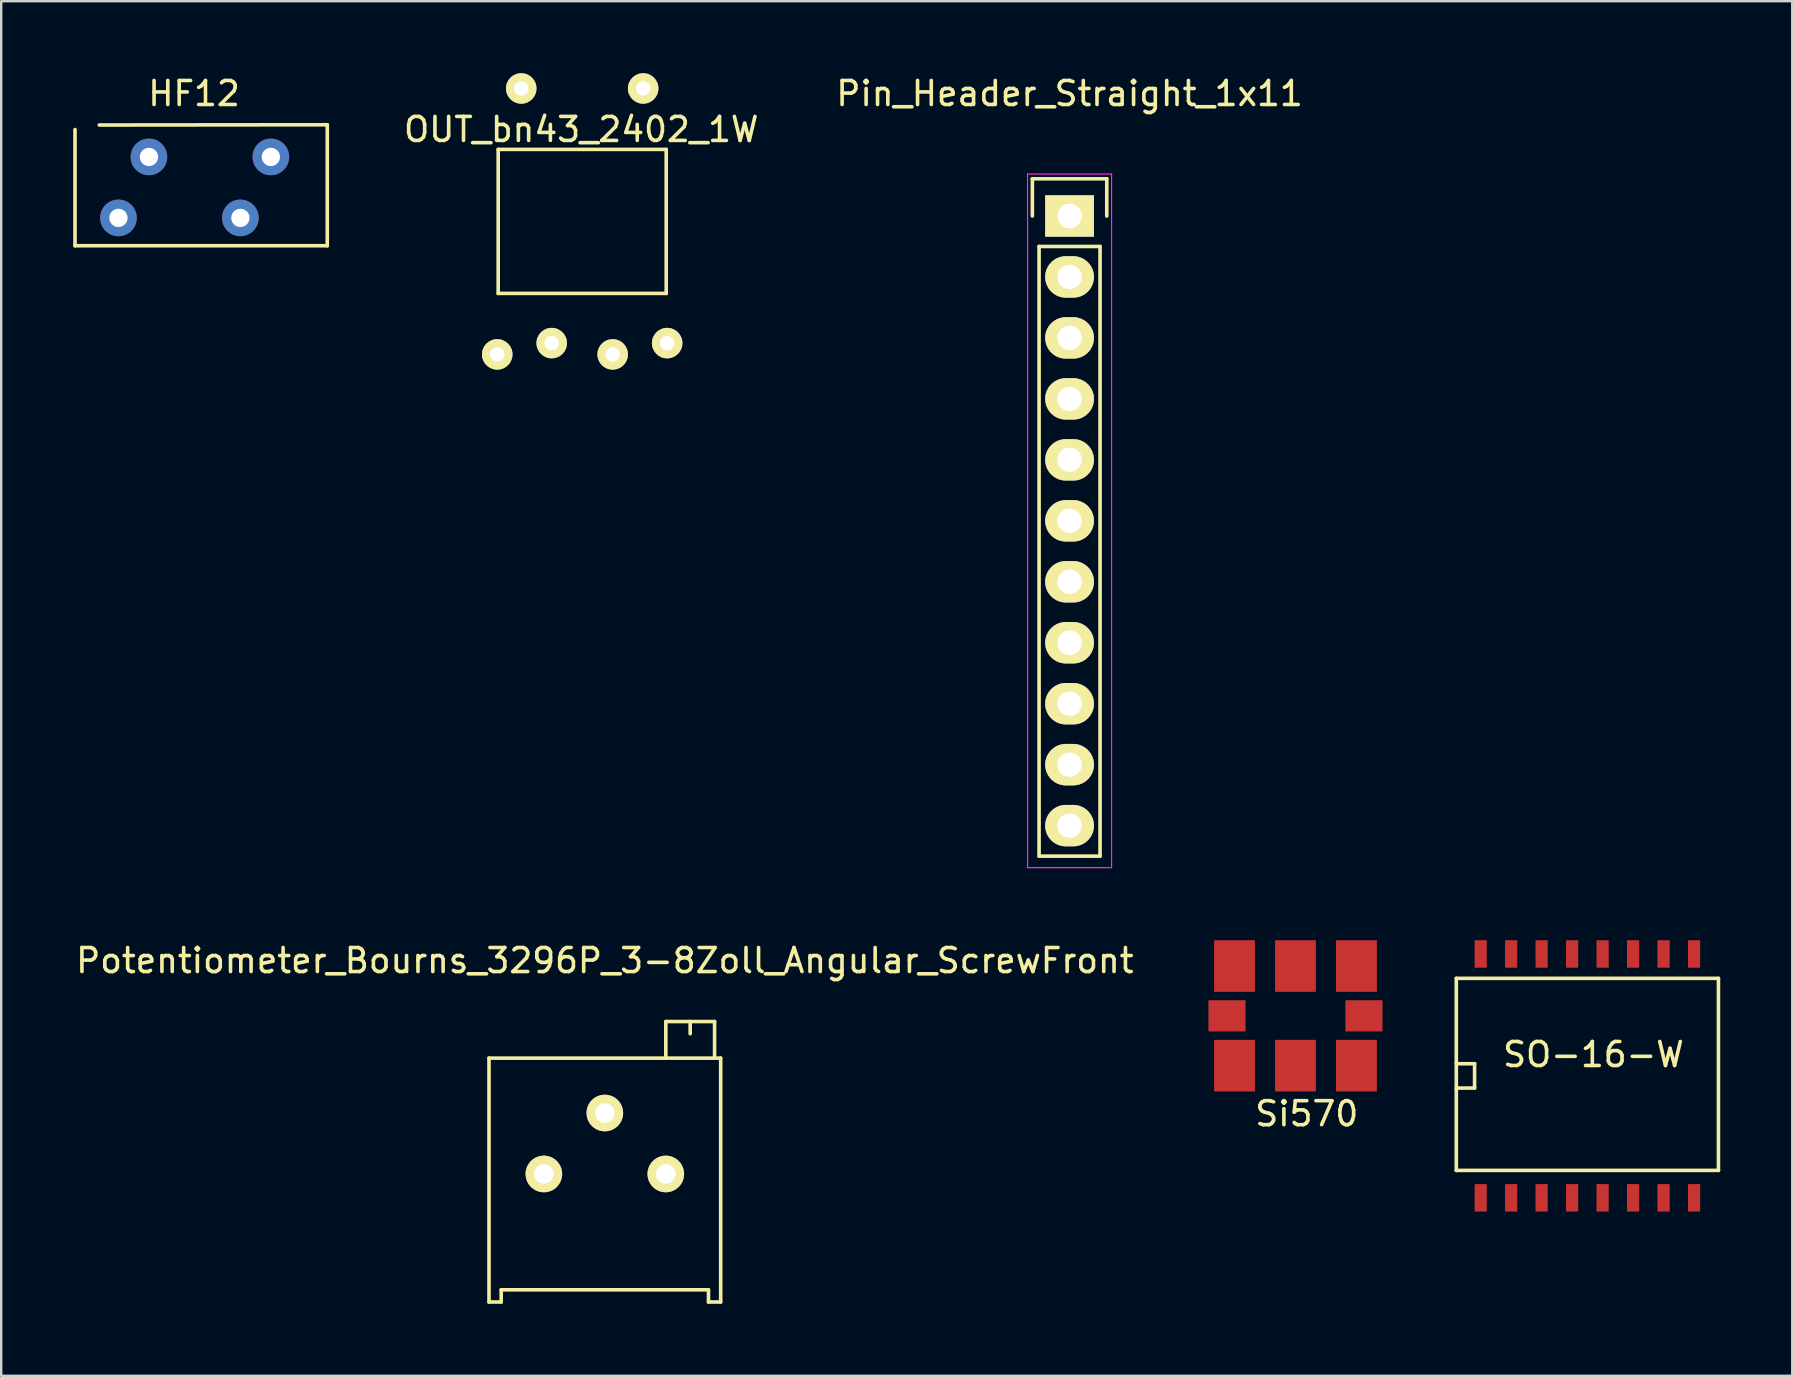
<source format=kicad_pcb>
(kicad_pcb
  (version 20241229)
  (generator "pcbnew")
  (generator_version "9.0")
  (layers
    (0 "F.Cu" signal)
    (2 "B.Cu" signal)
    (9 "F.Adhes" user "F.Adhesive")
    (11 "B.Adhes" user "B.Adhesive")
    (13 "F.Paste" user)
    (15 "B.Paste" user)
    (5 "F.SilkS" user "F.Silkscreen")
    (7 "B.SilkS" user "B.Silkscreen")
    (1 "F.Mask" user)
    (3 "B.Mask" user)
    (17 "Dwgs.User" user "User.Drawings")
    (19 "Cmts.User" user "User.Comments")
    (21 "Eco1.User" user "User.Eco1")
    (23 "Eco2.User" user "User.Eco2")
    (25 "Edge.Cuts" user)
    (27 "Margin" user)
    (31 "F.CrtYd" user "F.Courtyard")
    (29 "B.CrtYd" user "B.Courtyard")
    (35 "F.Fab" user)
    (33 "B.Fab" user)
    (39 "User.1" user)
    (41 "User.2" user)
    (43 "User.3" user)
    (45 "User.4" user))
  (footprint "Potentiometer_Bourns_3296P_3-8Zoll_Angular_ScrewFront"
    (layer "F.Cu")
    (at 24.689 45.861)
    (property "Reference" "Potentiometer_Bourns_3296P_3-8Zoll_Angular_ScrewFront" (at -2.54 -8.89 0) (layer "F.SilkS") (effects (font (size 1 1) (thickness 0.15))))
    (attr through_hole)
    (fp_line (start -7.366 -4.826) (end -7.366 5.334) (stroke (width 0.15) (type solid)) (layer "F.SilkS"))
    (fp_line (start -7.366 -4.826) (end 2.286 -4.826) (stroke (width 0.15) (type solid)) (layer "F.SilkS"))
    (fp_line (start -7.366 5.334) (end -6.858 5.334) (stroke (width 0.15) (type solid)) (layer "F.SilkS"))
    (fp_line (start -6.858 4.826) (end 1.778 4.826) (stroke (width 0.15) (type solid)) (layer "F.SilkS"))
    (fp_line (start -6.858 5.334) (end -6.858 4.826) (stroke (width 0.15) (type solid)) (layer "F.SilkS"))
    (fp_line (start 0 -6.35) (end 2.032 -6.35) (stroke (width 0.15) (type solid)) (layer "F.SilkS"))
    (fp_line (start 0 -4.826) (end 0 -6.35) (stroke (width 0.15) (type solid)) (layer "F.SilkS"))
    (fp_line (start 1.016 -6.35) (end 1.016 -5.842) (stroke (width 0.15) (type solid)) (layer "F.SilkS"))
    (fp_line (start 1.778 4.826) (end 1.778 5.334) (stroke (width 0.15) (type solid)) (layer "F.SilkS"))
    (fp_line (start 1.778 5.334) (end 2.286 5.334) (stroke (width 0.15) (type solid)) (layer "F.SilkS"))
    (fp_line (start 2.032 -4.826) (end 2.032 -6.35) (stroke (width 0.15) (type solid)) (layer "F.SilkS"))
    (fp_line (start 2.286 5.334) (end 2.286 -4.826) (stroke (width 0.15) (type solid)) (layer "F.SilkS"))
    (pad "1" thru_hole circle (at 0 0 90) (size 1.524 1.524) (drill 0.813) (layers "*.Cu" "*.Mask" "F.SilkS"))
    (pad "2" thru_hole circle (at -2.54 -2.54 90) (size 1.524 1.524) (drill 0.813) (layers "*.Cu" "*.Mask" "F.SilkS"))
    (pad "3" thru_hole circle (at -5.08 0 90) (size 1.524 1.524) (drill 0.813) (layers "*.Cu" "*.Mask" "F.SilkS")))
  (footprint "Pin_Header_Straight_1x11"
    (layer "F.Cu")
    (at 41.511 5.948)
    (property "Reference" "Pin_Header_Straight_1x11" (at 0 -5.1 0) (layer "F.SilkS") (effects (font (size 1 1) (thickness 0.15))))
    (attr through_hole)
    (fp_line (start -1.55 -1.55) (end 1.55 -1.55) (stroke (width 0.15) (type solid)) (layer "F.SilkS"))
    (fp_line (start -1.55 0) (end -1.55 -1.55) (stroke (width 0.15) (type solid)) (layer "F.SilkS"))
    (fp_line (start -1.27 26.67) (end -1.27 1.27) (stroke (width 0.15) (type solid)) (layer "F.SilkS"))
    (fp_line (start 1.27 1.27) (end -1.27 1.27) (stroke (width 0.15) (type solid)) (layer "F.SilkS"))
    (fp_line (start 1.27 1.27) (end 1.27 26.67) (stroke (width 0.15) (type solid)) (layer "F.SilkS"))
    (fp_line (start 1.27 26.67) (end -1.27 26.67) (stroke (width 0.15) (type solid)) (layer "F.SilkS"))
    (fp_line (start 1.55 -1.55) (end 1.55 0) (stroke (width 0.15) (type solid)) (layer "F.SilkS"))
    (fp_line (start -1.75 -1.75) (end -1.75 27.15) (stroke (width 0.05) (type solid)) (layer "F.CrtYd"))
    (fp_line (start -1.75 -1.75) (end 1.75 -1.75) (stroke (width 0.05) (type solid)) (layer "F.CrtYd"))
    (fp_line (start -1.75 27.15) (end 1.75 27.15) (stroke (width 0.05) (type solid)) (layer "F.CrtYd"))
    (fp_line (start 1.75 -1.75) (end 1.75 27.15) (stroke (width 0.05) (type solid)) (layer "F.CrtYd"))
    (pad "1" thru_hole rect (at 0 0) (size 2.032 1.727) (drill 1.016) (layers "*.Cu" "*.Mask" "F.SilkS"))
    (pad "2" thru_hole oval (at 0 2.54) (size 2.032 1.727) (drill 1.016) (layers "*.Cu" "*.Mask" "F.SilkS"))
    (pad "3" thru_hole oval (at 0 5.08) (size 2.032 1.727) (drill 1.016) (layers "*.Cu" "*.Mask" "F.SilkS"))
    (pad "4" thru_hole oval (at 0 7.62) (size 2.032 1.727) (drill 1.016) (layers "*.Cu" "*.Mask" "F.SilkS"))
    (pad "5" thru_hole oval (at 0 10.16) (size 2.032 1.727) (drill 1.016) (layers "*.Cu" "*.Mask" "F.SilkS"))
    (pad "6" thru_hole oval (at 0 12.7) (size 2.032 1.727) (drill 1.016) (layers "*.Cu" "*.Mask" "F.SilkS"))
    (pad "7" thru_hole oval (at 0 15.24) (size 2.032 1.727) (drill 1.016) (layers "*.Cu" "*.Mask" "F.SilkS"))
    (pad "8" thru_hole oval (at 0 17.78) (size 2.032 1.727) (drill 1.016) (layers "*.Cu" "*.Mask" "F.SilkS"))
    (pad "9" thru_hole oval (at 0 20.32) (size 2.032 1.727) (drill 1.016) (layers "*.Cu" "*.Mask" "F.SilkS"))
    (pad "10" thru_hole oval (at 0 22.86) (size 2.032 1.727) (drill 1.016) (layers "*.Cu" "*.Mask" "F.SilkS"))
    (pad "11" thru_hole oval (at 0 25.4) (size 2.032 1.727) (drill 1.016) (layers "*.Cu" "*.Mask" "F.SilkS")))
  (footprint "HF12"
    (layer "F.Cu")
    (at 1.885 6.028)
    (property "Reference" "HF12" (at 3.15 -5.18 0) (layer "F.SilkS") (effects (font (size 1 1) (thickness 0.15))))
    (attr through_hole)
    (fp_line (start -1.81 1.16) (end -1.81 -3.68) (stroke (width 0.15) (type solid)) (layer "F.SilkS"))
    (fp_line (start -0.8 -3.87) (end 8.7 -3.88) (stroke (width 0.15) (type solid)) (layer "F.SilkS"))
    (fp_line (start 8.7 -3.88) (end 8.7 1.16) (stroke (width 0.15) (type solid)) (layer "F.SilkS"))
    (fp_line (start 8.7 1.16) (end -1.81 1.16) (stroke (width 0.15) (type solid)) (layer "F.SilkS"))
    (pad "1" thru_hole circle (at 0 0) (size 1.524 1.524) (drill 0.762) (layers "*.Cu" "*.Mask"))
    (pad "2" thru_hole circle (at 1.27 -2.54) (size 1.524 1.524) (drill 0.762) (layers "*.Cu" "*.Mask"))
    (pad "3" thru_hole circle (at 5.08 0) (size 1.524 1.524) (drill 0.762) (layers "*.Cu" "*.Mask"))
    (pad "4" thru_hole circle (at 6.35 -2.54) (size 1.524 1.524) (drill 0.762) (layers "*.Cu" "*.Mask")))
  (footprint "SO-16-W"
    (layer "F.Cu")
    (at 63.084 41.775)
    (property "Reference" "SO-16-W" (at 0.254 -0.889 0) (layer "F.SilkS") (effects (font (size 1 1) (thickness 0.15))))
    (attr smd)
    (fp_line (start -5.461 -4.064) (end 5.461 -4.064) (stroke (width 0.15) (type solid)) (layer "F.SilkS"))
    (fp_line (start -5.461 -0.508) (end -4.699 -0.508) (stroke (width 0.15) (type solid)) (layer "F.SilkS"))
    (fp_line (start -5.461 3.937) (end -5.461 -4.064) (stroke (width 0.15) (type solid)) (layer "F.SilkS"))
    (fp_line (start -4.699 -0.508) (end -4.699 0.508) (stroke (width 0.15) (type solid)) (layer "F.SilkS"))
    (fp_line (start -4.699 0.508) (end -5.461 0.508) (stroke (width 0.15) (type solid)) (layer "F.SilkS"))
    (fp_line (start 5.461 -4.064) (end 5.461 3.937) (stroke (width 0.15) (type solid)) (layer "F.SilkS"))
    (fp_line (start 5.461 3.937) (end -5.461 3.937) (stroke (width 0.15) (type solid)) (layer "F.SilkS"))
    (pad "1" smd rect (at -4.445 5.08) (size 0.508 1.143) (layers "F.Cu" "F.Mask" "F.Paste"))
    (pad "2" smd rect (at -3.175 5.08) (size 0.508 1.143) (layers "F.Cu" "F.Mask" "F.Paste"))
    (pad "3" smd rect (at -1.905 5.08) (size 0.508 1.143) (layers "F.Cu" "F.Mask" "F.Paste"))
    (pad "4" smd rect (at -0.635 5.08) (size 0.508 1.143) (layers "F.Cu" "F.Mask" "F.Paste"))
    (pad "5" smd rect (at 0.635 5.08) (size 0.508 1.143) (layers "F.Cu" "F.Mask" "F.Paste"))
    (pad "6" smd rect (at 1.905 5.08) (size 0.508 1.143) (layers "F.Cu" "F.Mask" "F.Paste"))
    (pad "7" smd rect (at 3.175 5.08) (size 0.508 1.143) (layers "F.Cu" "F.Mask" "F.Paste"))
    (pad "8" smd rect (at 4.445 5.08) (size 0.508 1.143) (layers "F.Cu" "F.Mask" "F.Paste"))
    (pad "9" smd rect (at 4.445 -5.08) (size 0.508 1.143) (layers "F.Cu" "F.Mask" "F.Paste"))
    (pad "10" smd rect (at 3.175 -5.08) (size 0.508 1.143) (layers "F.Cu" "F.Mask" "F.Paste"))
    (pad "11" smd rect (at 1.905 -5.08) (size 0.508 1.143) (layers "F.Cu" "F.Mask" "F.Paste"))
    (pad "12" smd rect (at 0.635 -5.08) (size 0.508 1.143) (layers "F.Cu" "F.Mask" "F.Paste"))
    (pad "13" smd rect (at -0.635 -5.08) (size 0.508 1.143) (layers "F.Cu" "F.Mask" "F.Paste"))
    (pad "14" smd rect (at -1.905 -5.08) (size 0.508 1.143) (layers "F.Cu" "F.Mask" "F.Paste"))
    (pad "15" smd rect (at -3.175 -5.08) (size 0.508 1.143) (layers "F.Cu" "F.Mask" "F.Paste"))
    (pad "16" smd rect (at -4.445 -5.08) (size 0.508 1.143) (layers "F.Cu" "F.Mask" "F.Paste")))
  (footprint "Si570"
    (layer "F.Cu")
    (at 50.923 39.273)
    (property "Reference" "Si570" (at 0.47 4.08 0) (layer "F.SilkS") (effects (font (size 1 1) (thickness 0.15))))
    (attr through_hole)
    (pad "1" smd rect (at -2.54 2.075) (size 1.7 2.15) (layers "F.Cu" "F.Mask" "F.Paste"))
    (pad "2" smd rect (at 0 2.075) (size 1.7 2.15) (layers "F.Cu" "F.Mask" "F.Paste"))
    (pad "3" smd rect (at 2.54 2.075) (size 1.7 2.15) (layers "F.Cu" "F.Mask" "F.Paste"))
    (pad "4" smd rect (at 2.54 -2.075) (size 1.7 2.15) (layers "F.Cu" "F.Mask" "F.Paste"))
    (pad "5" smd rect (at 0 -2.075) (size 1.7 2.15) (layers "F.Cu" "F.Mask" "F.Paste"))
    (pad "6" smd rect (at -2.54 -2.075) (size 1.7 2.15) (layers "F.Cu" "F.Mask" "F.Paste"))
    (pad "7" smd rect (at -2.853 0) (size 1.545 1.3) (layers "F.Cu" "F.Mask" "F.Paste"))
    (pad "8" smd rect (at 2.853 0) (size 1.545 1.3) (layers "F.Cu" "F.Mask" "F.Paste")))
  (footprint "OUT_bn43_2402_1W"
    (layer "F.Cu")
    (at 21.206 9.175)
    (property "Reference" "OUT_bn43_2402_1W" (at -0.04 -6.83 0) (layer "F.SilkS") (effects (font (size 1 1) (thickness 0.15))))
    (attr through_hole)
    (fp_line (start -3.5 -6) (end -3.5 0) (stroke (width 0.15) (type solid)) (layer "F.SilkS"))
    (fp_line (start -3.5 -6) (end 3.5 -6) (stroke (width 0.15) (type solid)) (layer "F.SilkS"))
    (fp_line (start 3.5 0) (end -3.5 0) (stroke (width 0.15) (type solid)) (layer "F.SilkS"))
    (fp_line (start 3.5 0) (end 3.5 -6) (stroke (width 0.15) (type solid)) (layer "F.SilkS"))
    (pad "1" thru_hole circle (at 2.54 -8.54) (size 1.27 1.27) (drill 0.6) (layers "*.Cu" "*.Mask" "F.SilkS"))
    (pad "2" thru_hole circle (at -2.54 -8.54) (size 1.27 1.27) (drill 0.6) (layers "*.Cu" "*.Mask" "F.SilkS"))
    (pad "3" thru_hole circle (at 3.54 2.07) (size 1.27 1.27) (drill 0.6) (layers "*.Cu" "*.Mask" "F.SilkS"))
    (pad "4" thru_hole circle (at -1.27 2.07) (size 1.27 1.27) (drill 0.6) (layers "*.Cu" "*.Mask" "F.SilkS"))
    (pad "5" thru_hole circle (at 1.27 2.54) (size 1.27 1.27) (drill 0.6) (layers "*.Cu" "*.Mask" "F.SilkS"))
    (pad "6" thru_hole circle (at -3.54 2.54) (size 1.27 1.27) (drill 0.6) (layers "*.Cu" "*.Mask" "F.SilkS")))
  (gr_rect
    (start -3 -3)
    (end 71.62 54.27)
    (stroke (width 0.1) (type default))
    (fill no)
    (layer "Edge.Cuts")))
</source>
